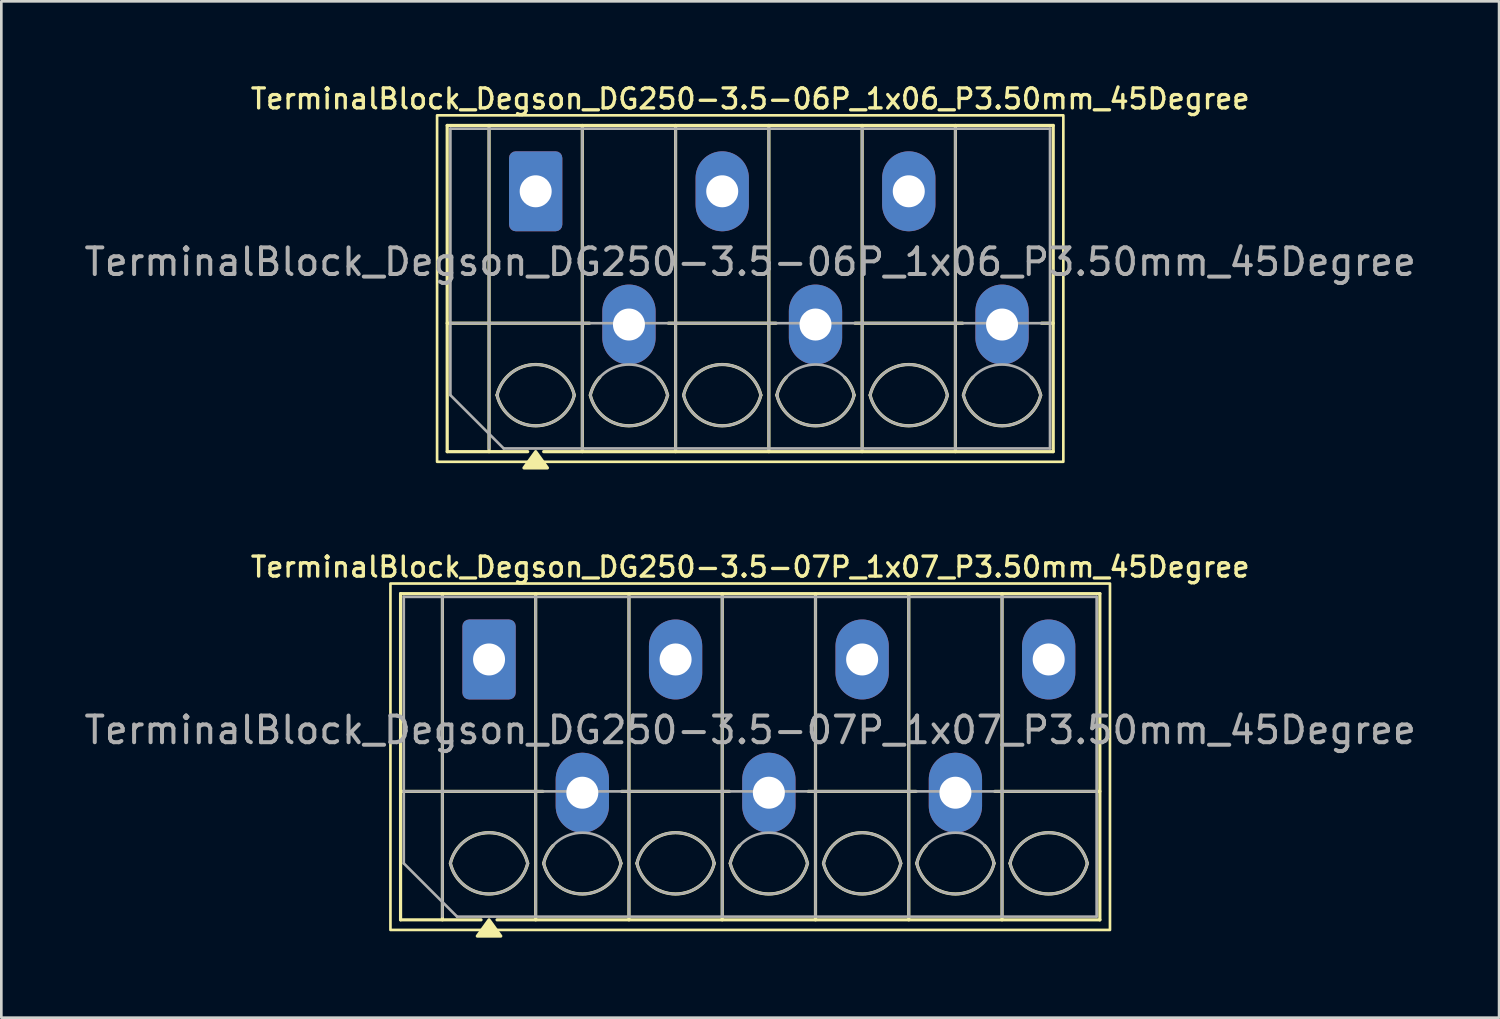
<source format=kicad_pcb>
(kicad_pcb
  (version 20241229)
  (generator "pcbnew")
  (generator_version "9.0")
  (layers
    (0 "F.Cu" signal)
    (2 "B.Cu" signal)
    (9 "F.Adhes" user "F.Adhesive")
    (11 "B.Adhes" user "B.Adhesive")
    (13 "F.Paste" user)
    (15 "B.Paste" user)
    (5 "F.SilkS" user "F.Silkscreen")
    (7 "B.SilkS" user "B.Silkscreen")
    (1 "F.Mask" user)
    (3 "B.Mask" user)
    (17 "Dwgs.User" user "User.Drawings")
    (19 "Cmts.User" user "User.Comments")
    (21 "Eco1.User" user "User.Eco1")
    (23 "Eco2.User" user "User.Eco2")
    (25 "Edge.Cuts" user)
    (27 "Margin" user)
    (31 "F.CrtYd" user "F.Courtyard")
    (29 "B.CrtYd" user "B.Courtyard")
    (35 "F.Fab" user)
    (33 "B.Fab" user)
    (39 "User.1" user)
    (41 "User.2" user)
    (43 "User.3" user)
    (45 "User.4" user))
  (footprint "TerminalBlock_Degson_DG250-3.5-06P_1x06_P3.50mm_45Degree"
    (layer "F.Cu")
    (at 17.051 4.128)
    (property "Reference" "TerminalBlock_Degson_DG250-3.5-06P_1x06_P3.50mm_45Degree" (at 8.05 -3.47 0) (layer "F.SilkS") (effects (font (size 0.75 0.75) (thickness 0.125))))
    (attr through_hole)
    (fp_line (start -3.32 -2.47) (end 19.42 -2.47) (stroke (width 0.12) (type solid)) (layer "F.SilkS"))
    (fp_line (start -3.32 4.95) (end 2.02 4.95) (stroke (width 0.12) (type solid)) (layer "F.SilkS"))
    (fp_line (start -3.32 9.77) (end -3.32 -2.47) (stroke (width 0.12) (type solid)) (layer "F.SilkS"))
    (fp_line (start -1.75 -2.47) (end -1.75 9.77) (stroke (width 0.12) (type solid)) (layer "F.SilkS"))
    (fp_line (start -0.3 9.77) (end -3.32 9.77) (stroke (width 0.12) (type solid)) (layer "F.SilkS"))
    (fp_line (start 1.75 -2.47) (end 1.75 9.77) (stroke (width 0.12) (type solid)) (layer "F.SilkS"))
    (fp_line (start 4.98 4.95) (end 9.02 4.95) (stroke (width 0.12) (type solid)) (layer "F.SilkS"))
    (fp_line (start 5.25 -2.47) (end 5.25 9.77) (stroke (width 0.12) (type solid)) (layer "F.SilkS"))
    (fp_line (start 8.75 -2.47) (end 8.75 9.77) (stroke (width 0.12) (type solid)) (layer "F.SilkS"))
    (fp_line (start 11.98 4.95) (end 16.02 4.95) (stroke (width 0.12) (type solid)) (layer "F.SilkS"))
    (fp_line (start 12.25 -2.47) (end 12.25 9.77) (stroke (width 0.12) (type solid)) (layer "F.SilkS"))
    (fp_line (start 15.75 -2.47) (end 15.75 9.77) (stroke (width 0.12) (type solid)) (layer "F.SilkS"))
    (fp_line (start 18.98 4.95) (end 19.42 4.95) (stroke (width 0.12) (type solid)) (layer "F.SilkS"))
    (fp_line (start 19.42 -2.47) (end 19.42 9.77) (stroke (width 0.12) (type solid)) (layer "F.SilkS"))
    (fp_line (start 19.42 9.77) (end 0.3 9.77) (stroke (width 0.12) (type solid)) (layer "F.SilkS"))
    (fp_rect (start -3.7 -2.85) (end 19.8 10.15) (stroke (width 0.1) (type solid)) (fill no) (layer "F.SilkS"))
    (fp_arc (start -1.45 7.65) (mid 0 6.5) (end 1.45 7.65) (stroke (width 0.12) (type solid)) (layer "F.SilkS"))
    (fp_arc (start 1.45 7.65) (mid 0 8.8) (end -1.45 7.65) (stroke (width 0.12) (type solid)) (layer "F.SilkS"))
    (fp_arc (start 2.05 7.65) (mid 2.18402 7.291962) (end 2.405 6.98) (stroke (width 0.12) (type solid)) (layer "F.SilkS"))
    (fp_arc (start 4.595 6.98) (mid 4.81598 7.291962) (end 4.95 7.65) (stroke (width 0.12) (type solid)) (layer "F.SilkS"))
    (fp_arc (start 4.95 7.65) (mid 3.5 8.8) (end 2.05 7.65) (stroke (width 0.12) (type solid)) (layer "F.SilkS"))
    (fp_arc (start 5.55 7.65) (mid 7 6.5) (end 8.45 7.65) (stroke (width 0.12) (type solid)) (layer "F.SilkS"))
    (fp_arc (start 8.45 7.65) (mid 7 8.8) (end 5.55 7.65) (stroke (width 0.12) (type solid)) (layer "F.SilkS"))
    (fp_arc (start 9.05 7.65) (mid 9.18402 7.291962) (end 9.405 6.98) (stroke (width 0.12) (type solid)) (layer "F.SilkS"))
    (fp_arc (start 11.595 6.98) (mid 11.81598 7.291962) (end 11.95 7.65) (stroke (width 0.12) (type solid)) (layer "F.SilkS"))
    (fp_arc (start 11.95 7.65) (mid 10.5 8.8) (end 9.05 7.65) (stroke (width 0.12) (type solid)) (layer "F.SilkS"))
    (fp_arc (start 12.55 7.65) (mid 14 6.5) (end 15.45 7.65) (stroke (width 0.12) (type solid)) (layer "F.SilkS"))
    (fp_arc (start 15.45 7.65) (mid 14 8.8) (end 12.55 7.65) (stroke (width 0.12) (type solid)) (layer "F.SilkS"))
    (fp_arc (start 16.05 7.65) (mid 16.18402 7.291962) (end 16.405 6.98) (stroke (width 0.12) (type solid)) (layer "F.SilkS"))
    (fp_arc (start 18.595 6.98) (mid 18.81598 7.291962) (end 18.95 7.65) (stroke (width 0.12) (type solid)) (layer "F.SilkS"))
    (fp_arc (start 18.95 7.65) (mid 17.5 8.8) (end 16.05 7.65) (stroke (width 0.12) (type solid)) (layer "F.SilkS"))
    (fp_poly (pts (xy 0 9.77) (xy 0.44 10.38) (xy -0.44 10.38)) (stroke (width 0.12) (type solid)) (fill yes) (layer "F.SilkS"))
    (fp_line (start -3.2 -2.35) (end 19.3 -2.35) (stroke (width 0.1) (type solid)) (layer "F.Fab"))
    (fp_line (start -3.2 4.95) (end 19.3 4.95) (stroke (width 0.1) (type solid)) (layer "F.Fab"))
    (fp_line (start -3.2 7.65) (end -3.2 -2.35) (stroke (width 0.1) (type solid)) (layer "F.Fab"))
    (fp_line (start -1.75 -2.35) (end -1.75 9.65) (stroke (width 0.1) (type solid)) (layer "F.Fab"))
    (fp_line (start -1.2 9.65) (end -3.2 7.65) (stroke (width 0.1) (type solid)) (layer "F.Fab"))
    (fp_line (start 1.75 -2.35) (end 1.75 9.65) (stroke (width 0.1) (type solid)) (layer "F.Fab"))
    (fp_line (start 5.25 -2.35) (end 5.25 9.65) (stroke (width 0.1) (type solid)) (layer "F.Fab"))
    (fp_line (start 8.75 -2.35) (end 8.75 9.65) (stroke (width 0.1) (type solid)) (layer "F.Fab"))
    (fp_line (start 12.25 -2.35) (end 12.25 9.65) (stroke (width 0.1) (type solid)) (layer "F.Fab"))
    (fp_line (start 15.75 -2.35) (end 15.75 9.65) (stroke (width 0.1) (type solid)) (layer "F.Fab"))
    (fp_line (start 19.3 -2.35) (end 19.3 9.65) (stroke (width 0.1) (type solid)) (layer "F.Fab"))
    (fp_line (start 19.3 9.65) (end -1.2 9.65) (stroke (width 0.1) (type solid)) (layer "F.Fab"))
    (fp_arc (start -1.45 7.65) (mid 0 6.5) (end 1.45 7.65) (stroke (width 0.1) (type solid)) (layer "F.Fab"))
    (fp_arc (start 1.45 7.65) (mid 0 8.8) (end -1.45 7.65) (stroke (width 0.1) (type solid)) (layer "F.Fab"))
    (fp_arc (start 2.05 7.65) (mid 3.5 6.5) (end 4.95 7.65) (stroke (width 0.1) (type solid)) (layer "F.Fab"))
    (fp_arc (start 4.95 7.65) (mid 3.5 8.8) (end 2.05 7.65) (stroke (width 0.1) (type solid)) (layer "F.Fab"))
    (fp_arc (start 5.55 7.65) (mid 7 6.5) (end 8.45 7.65) (stroke (width 0.1) (type solid)) (layer "F.Fab"))
    (fp_arc (start 8.45 7.65) (mid 7 8.8) (end 5.55 7.65) (stroke (width 0.1) (type solid)) (layer "F.Fab"))
    (fp_arc (start 9.05 7.65) (mid 10.5 6.5) (end 11.95 7.65) (stroke (width 0.1) (type solid)) (layer "F.Fab"))
    (fp_arc (start 11.95 7.65) (mid 10.5 8.8) (end 9.05 7.65) (stroke (width 0.1) (type solid)) (layer "F.Fab"))
    (fp_arc (start 12.55 7.65) (mid 14 6.5) (end 15.45 7.65) (stroke (width 0.1) (type solid)) (layer "F.Fab"))
    (fp_arc (start 15.45 7.65) (mid 14 8.8) (end 12.55 7.65) (stroke (width 0.1) (type solid)) (layer "F.Fab"))
    (fp_arc (start 16.05 7.65) (mid 17.5 6.5) (end 18.95 7.65) (stroke (width 0.1) (type solid)) (layer "F.Fab"))
    (fp_arc (start 18.95 7.65) (mid 17.5 8.8) (end 16.05 7.65) (stroke (width 0.1) (type solid)) (layer "F.Fab"))
    (fp_text user "${REFERENCE}" (at 8.05 2.65 0) (layer "F.Fab") (effects (font (size 1 1) (thickness 0.15))))
    (pad "1" thru_hole roundrect (at 0 0) (size 2 3) (drill 1.2) (layers "*.Cu" "*.Mask") (roundrect_rratio 0.125))
    (pad "2" thru_hole oval (at 3.5 5) (size 2 3) (drill 1.2) (layers "*.Cu" "*.Mask"))
    (pad "3" thru_hole oval (at 7 0) (size 2 3) (drill 1.2) (layers "*.Cu" "*.Mask"))
    (pad "4" thru_hole oval (at 10.5 5) (size 2 3) (drill 1.2) (layers "*.Cu" "*.Mask"))
    (pad "5" thru_hole oval (at 14 0) (size 2 3) (drill 1.2) (layers "*.Cu" "*.Mask"))
    (pad "6" thru_hole oval (at 17.5 5) (size 2 3) (drill 1.2) (layers "*.Cu" "*.Mask")))
  (footprint "TerminalBlock_Degson_DG250-3.5-07P_1x07_P3.50mm_45Degree"
    (layer "F.Cu")
    (at 15.301 21.696)
    (property "Reference" "TerminalBlock_Degson_DG250-3.5-07P_1x07_P3.50mm_45Degree" (at 9.8 -3.47 0) (layer "F.SilkS") (effects (font (size 0.75 0.75) (thickness 0.125))))
    (attr through_hole)
    (fp_line (start -3.32 -2.47) (end 22.92 -2.47) (stroke (width 0.12) (type solid)) (layer "F.SilkS"))
    (fp_line (start -3.32 4.95) (end 2.02 4.95) (stroke (width 0.12) (type solid)) (layer "F.SilkS"))
    (fp_line (start -3.32 9.77) (end -3.32 -2.47) (stroke (width 0.12) (type solid)) (layer "F.SilkS"))
    (fp_line (start -1.75 -2.47) (end -1.75 9.77) (stroke (width 0.12) (type solid)) (layer "F.SilkS"))
    (fp_line (start -0.3 9.77) (end -3.32 9.77) (stroke (width 0.12) (type solid)) (layer "F.SilkS"))
    (fp_line (start 1.75 -2.47) (end 1.75 9.77) (stroke (width 0.12) (type solid)) (layer "F.SilkS"))
    (fp_line (start 4.98 4.95) (end 9.02 4.95) (stroke (width 0.12) (type solid)) (layer "F.SilkS"))
    (fp_line (start 5.25 -2.47) (end 5.25 9.77) (stroke (width 0.12) (type solid)) (layer "F.SilkS"))
    (fp_line (start 8.75 -2.47) (end 8.75 9.77) (stroke (width 0.12) (type solid)) (layer "F.SilkS"))
    (fp_line (start 11.98 4.95) (end 16.02 4.95) (stroke (width 0.12) (type solid)) (layer "F.SilkS"))
    (fp_line (start 12.25 -2.47) (end 12.25 9.77) (stroke (width 0.12) (type solid)) (layer "F.SilkS"))
    (fp_line (start 15.75 -2.47) (end 15.75 9.77) (stroke (width 0.12) (type solid)) (layer "F.SilkS"))
    (fp_line (start 18.98 4.95) (end 22.92 4.95) (stroke (width 0.12) (type solid)) (layer "F.SilkS"))
    (fp_line (start 19.25 -2.47) (end 19.25 9.77) (stroke (width 0.12) (type solid)) (layer "F.SilkS"))
    (fp_line (start 22.92 -2.47) (end 22.92 9.77) (stroke (width 0.12) (type solid)) (layer "F.SilkS"))
    (fp_line (start 22.92 9.77) (end 0.3 9.77) (stroke (width 0.12) (type solid)) (layer "F.SilkS"))
    (fp_rect (start -3.7 -2.85) (end 23.3 10.15) (stroke (width 0.1) (type solid)) (fill no) (layer "F.SilkS"))
    (fp_arc (start -1.45 7.65) (mid 0 6.5) (end 1.45 7.65) (stroke (width 0.12) (type solid)) (layer "F.SilkS"))
    (fp_arc (start 1.45 7.65) (mid 0 8.8) (end -1.45 7.65) (stroke (width 0.12) (type solid)) (layer "F.SilkS"))
    (fp_arc (start 2.05 7.65) (mid 2.18402 7.291962) (end 2.405 6.98) (stroke (width 0.12) (type solid)) (layer "F.SilkS"))
    (fp_arc (start 4.595 6.98) (mid 4.81598 7.291962) (end 4.95 7.65) (stroke (width 0.12) (type solid)) (layer "F.SilkS"))
    (fp_arc (start 4.95 7.65) (mid 3.5 8.8) (end 2.05 7.65) (stroke (width 0.12) (type solid)) (layer "F.SilkS"))
    (fp_arc (start 5.55 7.65) (mid 7 6.5) (end 8.45 7.65) (stroke (width 0.12) (type solid)) (layer "F.SilkS"))
    (fp_arc (start 8.45 7.65) (mid 7 8.8) (end 5.55 7.65) (stroke (width 0.12) (type solid)) (layer "F.SilkS"))
    (fp_arc (start 9.05 7.65) (mid 9.18402 7.291962) (end 9.405 6.98) (stroke (width 0.12) (type solid)) (layer "F.SilkS"))
    (fp_arc (start 11.595 6.98) (mid 11.81598 7.291962) (end 11.95 7.65) (stroke (width 0.12) (type solid)) (layer "F.SilkS"))
    (fp_arc (start 11.95 7.65) (mid 10.5 8.8) (end 9.05 7.65) (stroke (width 0.12) (type solid)) (layer "F.SilkS"))
    (fp_arc (start 12.55 7.65) (mid 14 6.5) (end 15.45 7.65) (stroke (width 0.12) (type solid)) (layer "F.SilkS"))
    (fp_arc (start 15.45 7.65) (mid 14 8.8) (end 12.55 7.65) (stroke (width 0.12) (type solid)) (layer "F.SilkS"))
    (fp_arc (start 16.05 7.65) (mid 16.18402 7.291962) (end 16.405 6.98) (stroke (width 0.12) (type solid)) (layer "F.SilkS"))
    (fp_arc (start 18.595 6.98) (mid 18.81598 7.291962) (end 18.95 7.65) (stroke (width 0.12) (type solid)) (layer "F.SilkS"))
    (fp_arc (start 18.95 7.65) (mid 17.5 8.8) (end 16.05 7.65) (stroke (width 0.12) (type solid)) (layer "F.SilkS"))
    (fp_arc (start 19.55 7.65) (mid 21 6.5) (end 22.45 7.65) (stroke (width 0.12) (type solid)) (layer "F.SilkS"))
    (fp_arc (start 22.45 7.65) (mid 21 8.8) (end 19.55 7.65) (stroke (width 0.12) (type solid)) (layer "F.SilkS"))
    (fp_poly (pts (xy 0 9.77) (xy 0.44 10.38) (xy -0.44 10.38)) (stroke (width 0.12) (type solid)) (fill yes) (layer "F.SilkS"))
    (fp_line (start -3.2 -2.35) (end 22.8 -2.35) (stroke (width 0.1) (type solid)) (layer "F.Fab"))
    (fp_line (start -3.2 4.95) (end 22.8 4.95) (stroke (width 0.1) (type solid)) (layer "F.Fab"))
    (fp_line (start -3.2 7.65) (end -3.2 -2.35) (stroke (width 0.1) (type solid)) (layer "F.Fab"))
    (fp_line (start -1.75 -2.35) (end -1.75 9.65) (stroke (width 0.1) (type solid)) (layer "F.Fab"))
    (fp_line (start -1.2 9.65) (end -3.2 7.65) (stroke (width 0.1) (type solid)) (layer "F.Fab"))
    (fp_line (start 1.75 -2.35) (end 1.75 9.65) (stroke (width 0.1) (type solid)) (layer "F.Fab"))
    (fp_line (start 5.25 -2.35) (end 5.25 9.65) (stroke (width 0.1) (type solid)) (layer "F.Fab"))
    (fp_line (start 8.75 -2.35) (end 8.75 9.65) (stroke (width 0.1) (type solid)) (layer "F.Fab"))
    (fp_line (start 12.25 -2.35) (end 12.25 9.65) (stroke (width 0.1) (type solid)) (layer "F.Fab"))
    (fp_line (start 15.75 -2.35) (end 15.75 9.65) (stroke (width 0.1) (type solid)) (layer "F.Fab"))
    (fp_line (start 19.25 -2.35) (end 19.25 9.65) (stroke (width 0.1) (type solid)) (layer "F.Fab"))
    (fp_line (start 22.8 -2.35) (end 22.8 9.65) (stroke (width 0.1) (type solid)) (layer "F.Fab"))
    (fp_line (start 22.8 9.65) (end -1.2 9.65) (stroke (width 0.1) (type solid)) (layer "F.Fab"))
    (fp_arc (start -1.45 7.65) (mid 0 6.5) (end 1.45 7.65) (stroke (width 0.1) (type solid)) (layer "F.Fab"))
    (fp_arc (start 1.45 7.65) (mid 0 8.8) (end -1.45 7.65) (stroke (width 0.1) (type solid)) (layer "F.Fab"))
    (fp_arc (start 2.05 7.65) (mid 3.5 6.5) (end 4.95 7.65) (stroke (width 0.1) (type solid)) (layer "F.Fab"))
    (fp_arc (start 4.95 7.65) (mid 3.5 8.8) (end 2.05 7.65) (stroke (width 0.1) (type solid)) (layer "F.Fab"))
    (fp_arc (start 5.55 7.65) (mid 7 6.5) (end 8.45 7.65) (stroke (width 0.1) (type solid)) (layer "F.Fab"))
    (fp_arc (start 8.45 7.65) (mid 7 8.8) (end 5.55 7.65) (stroke (width 0.1) (type solid)) (layer "F.Fab"))
    (fp_arc (start 9.05 7.65) (mid 10.5 6.5) (end 11.95 7.65) (stroke (width 0.1) (type solid)) (layer "F.Fab"))
    (fp_arc (start 11.95 7.65) (mid 10.5 8.8) (end 9.05 7.65) (stroke (width 0.1) (type solid)) (layer "F.Fab"))
    (fp_arc (start 12.55 7.65) (mid 14 6.5) (end 15.45 7.65) (stroke (width 0.1) (type solid)) (layer "F.Fab"))
    (fp_arc (start 15.45 7.65) (mid 14 8.8) (end 12.55 7.65) (stroke (width 0.1) (type solid)) (layer "F.Fab"))
    (fp_arc (start 16.05 7.65) (mid 17.5 6.5) (end 18.95 7.65) (stroke (width 0.1) (type solid)) (layer "F.Fab"))
    (fp_arc (start 18.95 7.65) (mid 17.5 8.8) (end 16.05 7.65) (stroke (width 0.1) (type solid)) (layer "F.Fab"))
    (fp_arc (start 19.55 7.65) (mid 21 6.5) (end 22.45 7.65) (stroke (width 0.1) (type solid)) (layer "F.Fab"))
    (fp_arc (start 22.45 7.65) (mid 21 8.8) (end 19.55 7.65) (stroke (width 0.1) (type solid)) (layer "F.Fab"))
    (fp_text user "${REFERENCE}" (at 9.8 2.65 0) (layer "F.Fab") (effects (font (size 1 1) (thickness 0.15))))
    (pad "1" thru_hole roundrect (at 0 0) (size 2 3) (drill 1.2) (layers "*.Cu" "*.Mask") (roundrect_rratio 0.125))
    (pad "2" thru_hole oval (at 3.5 5) (size 2 3) (drill 1.2) (layers "*.Cu" "*.Mask"))
    (pad "3" thru_hole oval (at 7 0) (size 2 3) (drill 1.2) (layers "*.Cu" "*.Mask"))
    (pad "4" thru_hole oval (at 10.5 5) (size 2 3) (drill 1.2) (layers "*.Cu" "*.Mask"))
    (pad "5" thru_hole oval (at 14 0) (size 2 3) (drill 1.2) (layers "*.Cu" "*.Mask"))
    (pad "6" thru_hole oval (at 17.5 5) (size 2 3) (drill 1.2) (layers "*.Cu" "*.Mask"))
    (pad "7" thru_hole oval (at 21 0) (size 2 3) (drill 1.2) (layers "*.Cu" "*.Mask")))
  (gr_rect
    (start -3 -3)
    (end 53.202 35.136)
    (stroke (width 0.1) (type default))
    (fill no)
    (layer "Edge.Cuts")))
</source>
